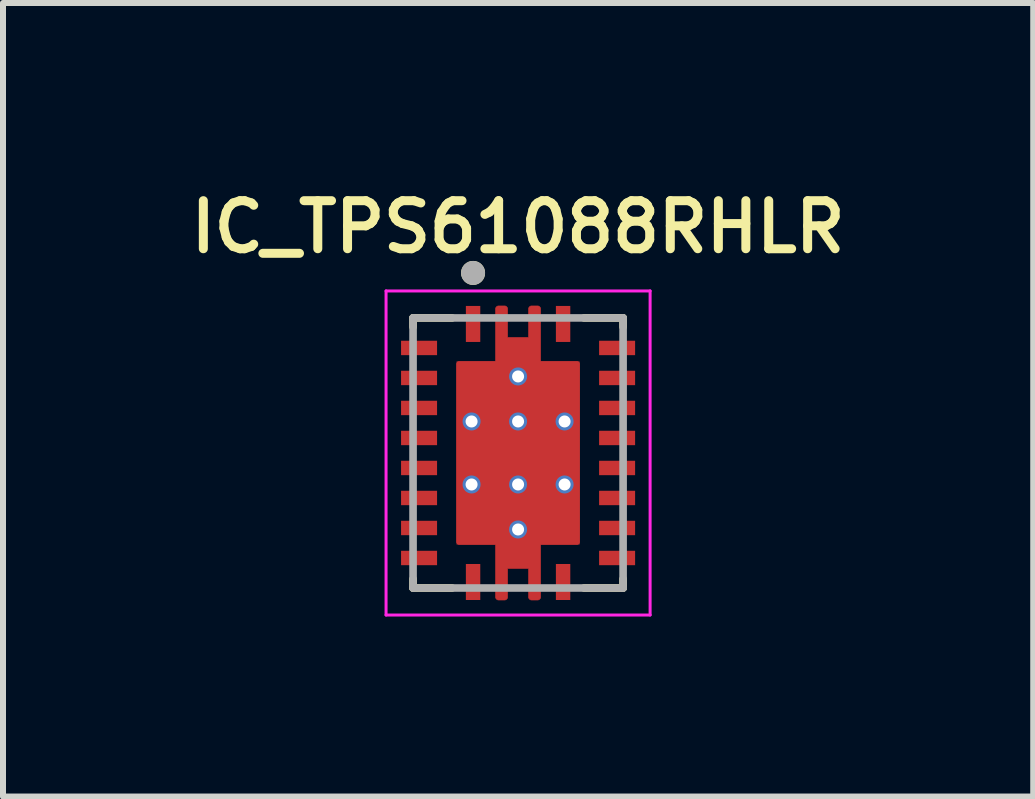
<source format=kicad_pcb>
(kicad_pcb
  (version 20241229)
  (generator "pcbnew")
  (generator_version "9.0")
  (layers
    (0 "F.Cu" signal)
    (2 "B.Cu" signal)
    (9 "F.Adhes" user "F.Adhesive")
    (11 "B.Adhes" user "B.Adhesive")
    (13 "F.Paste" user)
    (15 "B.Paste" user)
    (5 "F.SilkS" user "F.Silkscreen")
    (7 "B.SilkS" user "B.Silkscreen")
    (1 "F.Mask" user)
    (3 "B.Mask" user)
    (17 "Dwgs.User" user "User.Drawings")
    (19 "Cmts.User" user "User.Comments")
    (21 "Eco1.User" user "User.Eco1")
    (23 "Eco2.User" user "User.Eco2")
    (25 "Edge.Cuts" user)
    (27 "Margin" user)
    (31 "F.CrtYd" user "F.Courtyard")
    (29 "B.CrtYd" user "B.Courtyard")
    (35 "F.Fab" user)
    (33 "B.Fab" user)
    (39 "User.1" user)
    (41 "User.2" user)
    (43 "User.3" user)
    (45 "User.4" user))
  (footprint "IC_TPS61088RHLR"
    (layer "F.Cu")
    (at 5.583 4.498)
    (property "Reference" "IC_TPS61088RHLR" (at 0 -3.766 0) (layer "F.SilkS") (effects (font (size 0.801 0.801) (thickness 0.15))))
    (attr through_hole)
    (fp_poly (pts (xy -0.375 -1.525) (xy -0.375 -2.4) (xy -0.375 -2.403) (xy -0.375 -2.405) (xy -0.374 -2.408) (xy -0.374 -2.41) (xy -0.373 -2.413) (xy -0.373 -2.415) (xy -0.372 -2.418) (xy -0.371 -2.42) (xy -0.37 -2.423) (xy -0.368 -2.425) (xy -0.367 -2.427) (xy -0.365 -2.429) (xy -0.364 -2.431) (xy -0.362 -2.433) (xy -0.36 -2.435) (xy -0.358 -2.437) (xy -0.356 -2.439) (xy -0.354 -2.44) (xy -0.352 -2.442) (xy -0.35 -2.443) (xy -0.348 -2.445) (xy -0.345 -2.446) (xy -0.343 -2.447) (xy -0.34 -2.448) (xy -0.338 -2.448) (xy -0.335 -2.449) (xy -0.333 -2.449) (xy -0.33 -2.45) (xy -0.328 -2.45) (xy -0.325 -2.45) (xy -0.225 -2.45) (xy -0.222 -2.45) (xy -0.22 -2.45) (xy -0.217 -2.449) (xy -0.215 -2.449) (xy -0.212 -2.448) (xy -0.21 -2.448) (xy -0.207 -2.447) (xy -0.205 -2.446) (xy -0.202 -2.445) (xy -0.2 -2.443) (xy -0.198 -2.442) (xy -0.196 -2.44) (xy -0.194 -2.439) (xy -0.192 -2.437) (xy -0.19 -2.435) (xy -0.188 -2.433) (xy -0.186 -2.431) (xy -0.185 -2.429) (xy -0.183 -2.427) (xy -0.182 -2.425) (xy -0.18 -2.423) (xy -0.179 -2.42) (xy -0.178 -2.418) (xy -0.177 -2.415) (xy -0.177 -2.413) (xy -0.176 -2.41) (xy -0.176 -2.408) (xy -0.175 -2.405) (xy -0.175 -2.403) (xy -0.175 -2.4) (xy -0.175 -1.925) (xy 0.175 -1.925) (xy 0.175 -2.4) (xy 0.175 -2.403) (xy 0.175 -2.405) (xy 0.176 -2.408) (xy 0.176 -2.41) (xy 0.177 -2.413) (xy 0.177 -2.415) (xy 0.178 -2.418) (xy 0.179 -2.42) (xy 0.18 -2.423) (xy 0.182 -2.425) (xy 0.183 -2.427) (xy 0.185 -2.429) (xy 0.186 -2.431) (xy 0.188 -2.433) (xy 0.19 -2.435) (xy 0.192 -2.437) (xy 0.194 -2.439) (xy 0.196 -2.44) (xy 0.198 -2.442) (xy 0.2 -2.443) (xy 0.202 -2.445) (xy 0.205 -2.446) (xy 0.207 -2.447) (xy 0.21 -2.448) (xy 0.212 -2.448) (xy 0.215 -2.449) (xy 0.217 -2.449) (xy 0.22 -2.45) (xy 0.222 -2.45) (xy 0.225 -2.45) (xy 0.325 -2.45) (xy 0.328 -2.45) (xy 0.33 -2.45) (xy 0.333 -2.449) (xy 0.335 -2.449) (xy 0.338 -2.448) (xy 0.34 -2.448) (xy 0.343 -2.447) (xy 0.345 -2.446) (xy 0.348 -2.445) (xy 0.35 -2.443) (xy 0.352 -2.442) (xy 0.354 -2.44) (xy 0.356 -2.439) (xy 0.358 -2.437) (xy 0.36 -2.435) (xy 0.362 -2.433) (xy 0.364 -2.431) (xy 0.365 -2.429) (xy 0.367 -2.427) (xy 0.368 -2.425) (xy 0.37 -2.423) (xy 0.371 -2.42) (xy 0.372 -2.418) (xy 0.373 -2.415) (xy 0.373 -2.413) (xy 0.374 -2.41) (xy 0.374 -2.408) (xy 0.375 -2.405) (xy 0.375 -2.403) (xy 0.375 -2.4) (xy 0.375 -1.525) (xy 0.975 -1.525) (xy 0.978 -1.525) (xy 0.98 -1.525) (xy 0.983 -1.524) (xy 0.985 -1.524) (xy 0.988 -1.523) (xy 0.99 -1.523) (xy 0.993 -1.522) (xy 0.995 -1.521) (xy 0.998 -1.52) (xy 1 -1.518) (xy 1.002 -1.517) (xy 1.004 -1.515) (xy 1.006 -1.514) (xy 1.008 -1.512) (xy 1.01 -1.51) (xy 1.012 -1.508) (xy 1.014 -1.506) (xy 1.015 -1.504) (xy 1.017 -1.502) (xy 1.018 -1.5) (xy 1.02 -1.498) (xy 1.021 -1.495) (xy 1.022 -1.493) (xy 1.023 -1.49) (xy 1.023 -1.488) (xy 1.024 -1.485) (xy 1.024 -1.483) (xy 1.025 -1.48) (xy 1.025 -1.478) (xy 1.025 -1.475) (xy 1.025 1.475) (xy 1.025 1.478) (xy 1.025 1.48) (xy 1.024 1.483) (xy 1.024 1.485) (xy 1.023 1.488) (xy 1.023 1.49) (xy 1.022 1.493) (xy 1.021 1.495) (xy 1.02 1.498) (xy 1.018 1.5) (xy 1.017 1.502) (xy 1.015 1.504) (xy 1.014 1.506) (xy 1.012 1.508) (xy 1.01 1.51) (xy 1.008 1.512) (xy 1.006 1.514) (xy 1.004 1.515) (xy 1.002 1.517) (xy 1 1.518) (xy 0.998 1.52) (xy 0.995 1.521) (xy 0.993 1.522) (xy 0.99 1.523) (xy 0.988 1.523) (xy 0.985 1.524) (xy 0.983 1.524) (xy 0.98 1.525) (xy 0.978 1.525) (xy 0.975 1.525) (xy 0.375 1.525) (xy 0.375 2.4) (xy 0.375 2.403) (xy 0.375 2.405) (xy 0.374 2.408) (xy 0.374 2.41) (xy 0.373 2.413) (xy 0.373 2.415) (xy 0.372 2.418) (xy 0.371 2.42) (xy 0.37 2.423) (xy 0.368 2.425) (xy 0.367 2.427) (xy 0.365 2.429) (xy 0.364 2.431) (xy 0.362 2.433) (xy 0.36 2.435) (xy 0.358 2.437) (xy 0.356 2.439) (xy 0.354 2.44) (xy 0.352 2.442) (xy 0.35 2.443) (xy 0.348 2.445) (xy 0.345 2.446) (xy 0.343 2.447) (xy 0.34 2.448) (xy 0.338 2.448) (xy 0.335 2.449) (xy 0.333 2.449) (xy 0.33 2.45) (xy 0.328 2.45) (xy 0.325 2.45) (xy 0.225 2.45) (xy 0.222 2.45) (xy 0.22 2.45) (xy 0.217 2.449) (xy 0.215 2.449) (xy 0.212 2.448) (xy 0.21 2.448) (xy 0.207 2.447) (xy 0.205 2.446) (xy 0.202 2.445) (xy 0.2 2.443) (xy 0.198 2.442) (xy 0.196 2.44) (xy 0.194 2.439) (xy 0.192 2.437) (xy 0.19 2.435) (xy 0.188 2.433) (xy 0.186 2.431) (xy 0.185 2.429) (xy 0.183 2.427) (xy 0.182 2.425) (xy 0.18 2.423) (xy 0.179 2.42) (xy 0.178 2.418) (xy 0.177 2.415) (xy 0.177 2.413) (xy 0.176 2.41) (xy 0.176 2.408) (xy 0.175 2.405) (xy 0.175 2.403) (xy 0.175 2.4) (xy 0.175 1.925) (xy -0.175 1.925) (xy -0.175 2.4) (xy -0.175 2.403) (xy -0.175 2.405) (xy -0.176 2.408) (xy -0.176 2.41) (xy -0.177 2.413) (xy -0.177 2.415) (xy -0.178 2.418) (xy -0.179 2.42) (xy -0.18 2.423) (xy -0.182 2.425) (xy -0.183 2.427) (xy -0.185 2.429) (xy -0.186 2.431) (xy -0.188 2.433) (xy -0.19 2.435) (xy -0.192 2.437) (xy -0.194 2.439) (xy -0.196 2.44) (xy -0.198 2.442) (xy -0.2 2.443) (xy -0.202 2.445) (xy -0.205 2.446) (xy -0.207 2.447) (xy -0.21 2.448) (xy -0.212 2.448) (xy -0.215 2.449) (xy -0.217 2.449) (xy -0.22 2.45) (xy -0.222 2.45) (xy -0.225 2.45) (xy -0.325 2.45) (xy -0.328 2.45) (xy -0.33 2.45) (xy -0.333 2.449) (xy -0.335 2.449) (xy -0.338 2.448) (xy -0.34 2.448) (xy -0.343 2.447) (xy -0.345 2.446) (xy -0.348 2.445) (xy -0.35 2.443) (xy -0.352 2.442) (xy -0.354 2.44) (xy -0.356 2.439) (xy -0.358 2.437) (xy -0.36 2.435) (xy -0.362 2.433) (xy -0.364 2.431) (xy -0.365 2.429) (xy -0.367 2.427) (xy -0.368 2.425) (xy -0.37 2.423) (xy -0.371 2.42) (xy -0.372 2.418) (xy -0.373 2.415) (xy -0.373 2.413) (xy -0.374 2.41) (xy -0.374 2.408) (xy -0.375 2.405) (xy -0.375 2.403) (xy -0.375 2.4) (xy -0.375 1.525) (xy -0.975 1.525) (xy -0.978 1.525) (xy -0.98 1.525) (xy -0.983 1.524) (xy -0.985 1.524) (xy -0.988 1.523) (xy -0.99 1.523) (xy -0.993 1.522) (xy -0.995 1.521) (xy -0.998 1.52) (xy -1 1.518) (xy -1.002 1.517) (xy -1.004 1.515) (xy -1.006 1.514) (xy -1.008 1.512) (xy -1.01 1.51) (xy -1.012 1.508) (xy -1.014 1.506) (xy -1.015 1.504) (xy -1.017 1.502) (xy -1.018 1.5) (xy -1.02 1.498) (xy -1.021 1.495) (xy -1.022 1.493) (xy -1.023 1.49) (xy -1.023 1.488) (xy -1.024 1.485) (xy -1.024 1.483) (xy -1.025 1.48) (xy -1.025 1.478) (xy -1.025 1.475) (xy -1.025 -1.475) (xy -1.025 -1.478) (xy -1.025 -1.48) (xy -1.024 -1.483) (xy -1.024 -1.485) (xy -1.023 -1.488) (xy -1.023 -1.49) (xy -1.022 -1.493) (xy -1.021 -1.495) (xy -1.02 -1.498) (xy -1.018 -1.5) (xy -1.017 -1.502) (xy -1.015 -1.504) (xy -1.014 -1.506) (xy -1.012 -1.508) (xy -1.01 -1.51) (xy -1.008 -1.512) (xy -1.006 -1.514) (xy -1.004 -1.515) (xy -1.002 -1.517) (xy -1 -1.518) (xy -0.998 -1.52) (xy -0.995 -1.521) (xy -0.993 -1.522) (xy -0.99 -1.523) (xy -0.988 -1.523) (xy -0.985 -1.524) (xy -0.983 -1.524) (xy -0.98 -1.525) (xy -0.978 -1.525) (xy -0.975 -1.525) (xy -0.375 -1.525)) (stroke (width 0.01) (type solid)) (fill yes) (layer "F.Cu"))
    (fp_poly (pts (xy -0.477 -1.627) (xy -0.477 -2.4) (xy -0.477 -2.408) (xy -0.476 -2.416) (xy -0.475 -2.424) (xy -0.474 -2.432) (xy -0.472 -2.439) (xy -0.47 -2.447) (xy -0.467 -2.454) (xy -0.464 -2.462) (xy -0.46 -2.469) (xy -0.457 -2.476) (xy -0.452 -2.483) (xy -0.448 -2.489) (xy -0.443 -2.496) (xy -0.438 -2.502) (xy -0.432 -2.507) (xy -0.427 -2.513) (xy -0.421 -2.518) (xy -0.414 -2.523) (xy -0.408 -2.527) (xy -0.401 -2.532) (xy -0.394 -2.535) (xy -0.387 -2.539) (xy -0.379 -2.542) (xy -0.372 -2.545) (xy -0.364 -2.547) (xy -0.357 -2.549) (xy -0.349 -2.55) (xy -0.341 -2.551) (xy -0.333 -2.552) (xy -0.325 -2.552) (xy -0.225 -2.552) (xy -0.217 -2.552) (xy -0.209 -2.551) (xy -0.201 -2.55) (xy -0.193 -2.549) (xy -0.186 -2.547) (xy -0.178 -2.545) (xy -0.171 -2.542) (xy -0.163 -2.539) (xy -0.156 -2.535) (xy -0.149 -2.532) (xy -0.142 -2.527) (xy -0.136 -2.523) (xy -0.129 -2.518) (xy -0.123 -2.513) (xy -0.118 -2.507) (xy -0.112 -2.502) (xy -0.107 -2.496) (xy -0.102 -2.489) (xy -0.098 -2.483) (xy -0.093 -2.476) (xy -0.09 -2.469) (xy -0.086 -2.462) (xy -0.083 -2.454) (xy -0.08 -2.447) (xy -0.078 -2.439) (xy -0.076 -2.432) (xy -0.075 -2.424) (xy -0.074 -2.416) (xy -0.073 -2.408) (xy -0.073 -2.4) (xy -0.073 -2.027) (xy 0.072 -2.027) (xy 0.073 -2.027) (xy 0.073 -2.402) (xy 0.073 -2.41) (xy 0.074 -2.418) (xy 0.075 -2.425) (xy 0.076 -2.433) (xy 0.078 -2.441) (xy 0.08 -2.448) (xy 0.083 -2.456) (xy 0.086 -2.463) (xy 0.089 -2.47) (xy 0.093 -2.477) (xy 0.097 -2.484) (xy 0.102 -2.49) (xy 0.106 -2.496) (xy 0.112 -2.502) (xy 0.117 -2.508) (xy 0.123 -2.513) (xy 0.129 -2.519) (xy 0.135 -2.523) (xy 0.141 -2.528) (xy 0.148 -2.532) (xy 0.155 -2.536) (xy 0.162 -2.539) (xy 0.169 -2.542) (xy 0.177 -2.545) (xy 0.184 -2.547) (xy 0.192 -2.549) (xy 0.2 -2.55) (xy 0.207 -2.551) (xy 0.215 -2.552) (xy 0.223 -2.552) (xy 0.326 -2.552) (xy 0.334 -2.552) (xy 0.342 -2.551) (xy 0.35 -2.55) (xy 0.357 -2.549) (xy 0.365 -2.547) (xy 0.373 -2.545) (xy 0.38 -2.542) (xy 0.387 -2.539) (xy 0.395 -2.536) (xy 0.402 -2.532) (xy 0.408 -2.528) (xy 0.415 -2.523) (xy 0.421 -2.518) (xy 0.427 -2.513) (xy 0.433 -2.508) (xy 0.438 -2.502) (xy 0.443 -2.496) (xy 0.448 -2.49) (xy 0.453 -2.483) (xy 0.457 -2.477) (xy 0.461 -2.47) (xy 0.464 -2.462) (xy 0.467 -2.455) (xy 0.47 -2.448) (xy 0.472 -2.44) (xy 0.474 -2.432) (xy 0.475 -2.425) (xy 0.476 -2.417) (xy 0.477 -2.409) (xy 0.477 -2.401) (xy 0.477 -1.627) (xy 0.975 -1.627) (xy 0.983 -1.627) (xy 0.991 -1.626) (xy 0.999 -1.625) (xy 1.007 -1.624) (xy 1.014 -1.622) (xy 1.022 -1.62) (xy 1.029 -1.617) (xy 1.037 -1.614) (xy 1.044 -1.61) (xy 1.051 -1.607) (xy 1.058 -1.602) (xy 1.064 -1.598) (xy 1.071 -1.593) (xy 1.077 -1.588) (xy 1.082 -1.582) (xy 1.088 -1.577) (xy 1.093 -1.571) (xy 1.098 -1.564) (xy 1.102 -1.558) (xy 1.107 -1.551) (xy 1.11 -1.544) (xy 1.114 -1.537) (xy 1.117 -1.529) (xy 1.12 -1.522) (xy 1.122 -1.514) (xy 1.124 -1.507) (xy 1.125 -1.499) (xy 1.126 -1.491) (xy 1.127 -1.483) (xy 1.127 -1.475) (xy 1.127 1.476) (xy 1.127 1.484) (xy 1.126 1.492) (xy 1.125 1.499) (xy 1.124 1.507) (xy 1.122 1.515) (xy 1.12 1.522) (xy 1.117 1.53) (xy 1.114 1.537) (xy 1.111 1.544) (xy 1.107 1.551) (xy 1.103 1.558) (xy 1.098 1.564) (xy 1.094 1.57) (xy 1.088 1.576) (xy 1.083 1.582) (xy 1.077 1.587) (xy 1.071 1.593) (xy 1.065 1.597) (xy 1.059 1.602) (xy 1.052 1.606) (xy 1.045 1.61) (xy 1.038 1.613) (xy 1.031 1.616) (xy 1.023 1.619) (xy 1.016 1.621) (xy 1.008 1.623) (xy 1 1.624) (xy 0.993 1.625) (xy 0.985 1.626) (xy 0.977 1.626) (xy 0.478 1.626) (xy 0.478 1.626) (xy 0.478 1.626) (xy 0.478 1.626) (xy 0.478 1.626) (xy 0.478 1.626) (xy 0.478 1.626) (xy 0.478 1.626) (xy 0.478 1.626) (xy 0.478 1.626) (xy 0.477 1.626) (xy 0.477 1.626) (xy 0.477 1.626) (xy 0.477 1.626) (xy 0.477 1.626) (xy 0.477 1.626) (xy 0.477 1.626) (xy 0.477 1.626) (xy 0.477 1.626) (xy 0.477 1.626) (xy 0.477 1.627) (xy 0.477 1.627) (xy 0.477 1.627) (xy 0.477 1.627) (xy 0.477 1.627) (xy 0.477 1.627) (xy 0.477 1.627) (xy 0.477 1.627) (xy 0.477 1.627) (xy 0.477 1.627) (xy 0.477 1.627) (xy 0.477 2.401) (xy 0.477 2.409) (xy 0.476 2.417) (xy 0.475 2.424) (xy 0.474 2.432) (xy 0.472 2.44) (xy 0.47 2.447) (xy 0.467 2.455) (xy 0.464 2.462) (xy 0.461 2.469) (xy 0.457 2.476) (xy 0.453 2.483) (xy 0.448 2.489) (xy 0.444 2.495) (xy 0.438 2.501) (xy 0.433 2.507) (xy 0.427 2.512) (xy 0.421 2.518) (xy 0.415 2.522) (xy 0.409 2.527) (xy 0.402 2.531) (xy 0.395 2.535) (xy 0.388 2.538) (xy 0.381 2.541) (xy 0.373 2.544) (xy 0.366 2.546) (xy 0.358 2.548) (xy 0.35 2.549) (xy 0.343 2.55) (xy 0.335 2.551) (xy 0.327 2.551) (xy 0.222 2.551) (xy 0.214 2.551) (xy 0.206 2.55) (xy 0.199 2.549) (xy 0.191 2.548) (xy 0.183 2.546) (xy 0.176 2.544) (xy 0.169 2.541) (xy 0.161 2.538) (xy 0.154 2.535) (xy 0.147 2.531) (xy 0.141 2.527) (xy 0.134 2.523) (xy 0.128 2.518) (xy 0.122 2.513) (xy 0.117 2.507) (xy 0.111 2.502) (xy 0.106 2.496) (xy 0.101 2.49) (xy 0.097 2.483) (xy 0.093 2.477) (xy 0.089 2.47) (xy 0.086 2.463) (xy 0.083 2.455) (xy 0.08 2.448) (xy 0.078 2.441) (xy 0.076 2.433) (xy 0.075 2.425) (xy 0.074 2.418) (xy 0.073 2.41) (xy 0.073 2.402) (xy 0.073 2.027) (xy -0.072 2.027) (xy -0.072 2.027) (xy -0.072 2.027) (xy -0.072 2.027) (xy -0.072 2.027) (xy -0.072 2.027) (xy -0.072 2.027) (xy -0.072 2.027) (xy -0.072 2.027) (xy -0.072 2.027) (xy -0.072 2.027) (xy -0.073 2.027) (xy -0.073 2.027) (xy -0.073 2.027) (xy -0.073 2.027) (xy -0.073 2.027) (xy -0.073 2.027) (xy -0.073 2.027) (xy -0.073 2.027) (xy -0.073 2.027) (xy -0.073 2.027) (xy -0.073 2.028) (xy -0.073 2.028) (xy -0.073 2.028) (xy -0.073 2.028) (xy -0.073 2.028) (xy -0.073 2.028) (xy -0.073 2.028) (xy -0.073 2.028) (xy -0.073 2.028) (xy -0.073 2.028) (xy -0.073 2.401) (xy -0.073 2.409) (xy -0.074 2.417) (xy -0.075 2.424) (xy -0.076 2.432) (xy -0.078 2.44) (xy -0.08 2.447) (xy -0.083 2.455) (xy -0.086 2.462) (xy -0.089 2.469) (xy -0.093 2.476) (xy -0.097 2.483) (xy -0.102 2.489) (xy -0.106 2.495) (xy -0.112 2.501) (xy -0.117 2.507) (xy -0.123 2.512) (xy -0.129 2.518) (xy -0.135 2.522) (xy -0.141 2.527) (xy -0.148 2.531) (xy -0.155 2.535) (xy -0.162 2.538) (xy -0.169 2.541) (xy -0.177 2.544) (xy -0.184 2.546) (xy -0.192 2.548) (xy -0.2 2.549) (xy -0.207 2.55) (xy -0.215 2.551) (xy -0.223 2.551) (xy -0.329 2.551) (xy -0.337 2.551) (xy -0.344 2.55) (xy -0.352 2.549) (xy -0.36 2.548) (xy -0.367 2.546) (xy -0.375 2.544) (xy -0.382 2.541) (xy -0.389 2.538) (xy -0.396 2.535) (xy -0.403 2.531) (xy -0.41 2.527) (xy -0.416 2.523) (xy -0.422 2.518) (xy -0.428 2.513) (xy -0.434 2.508) (xy -0.439 2.502) (xy -0.444 2.496) (xy -0.449 2.49) (xy -0.453 2.484) (xy -0.457 2.477) (xy -0.461 2.47) (xy -0.464 2.463) (xy -0.467 2.456) (xy -0.47 2.449) (xy -0.472 2.441) (xy -0.474 2.434) (xy -0.475 2.426) (xy -0.476 2.418) (xy -0.477 2.411) (xy -0.477 2.403) (xy -0.477 1.627) (xy -0.975 1.627) (xy -0.983 1.627) (xy -0.991 1.626) (xy -0.999 1.625) (xy -1.007 1.624) (xy -1.014 1.622) (xy -1.022 1.62) (xy -1.029 1.617) (xy -1.037 1.614) (xy -1.044 1.61) (xy -1.051 1.607) (xy -1.058 1.602) (xy -1.064 1.598) (xy -1.071 1.593) (xy -1.077 1.588) (xy -1.082 1.582) (xy -1.088 1.577) (xy -1.093 1.571) (xy -1.098 1.564) (xy -1.102 1.558) (xy -1.107 1.551) (xy -1.11 1.544) (xy -1.114 1.537) (xy -1.117 1.529) (xy -1.12 1.522) (xy -1.122 1.514) (xy -1.124 1.507) (xy -1.125 1.499) (xy -1.126 1.491) (xy -1.127 1.483) (xy -1.127 1.475) (xy -1.127 -1.474) (xy -1.127 -1.482) (xy -1.126 -1.49) (xy -1.125 -1.498) (xy -1.124 -1.506) (xy -1.122 -1.513) (xy -1.12 -1.521) (xy -1.117 -1.528) (xy -1.114 -1.536) (xy -1.11 -1.543) (xy -1.107 -1.55) (xy -1.102 -1.557) (xy -1.098 -1.563) (xy -1.093 -1.57) (xy -1.088 -1.576) (xy -1.082 -1.581) (xy -1.077 -1.587) (xy -1.071 -1.592) (xy -1.064 -1.597) (xy -1.058 -1.601) (xy -1.051 -1.606) (xy -1.044 -1.609) (xy -1.037 -1.613) (xy -1.029 -1.616) (xy -1.022 -1.619) (xy -1.014 -1.621) (xy -1.007 -1.623) (xy -0.999 -1.624) (xy -0.991 -1.625) (xy -0.983 -1.626) (xy -0.975 -1.626) (xy -0.478 -1.626) (xy -0.478 -1.626) (xy -0.478 -1.626) (xy -0.478 -1.626) (xy -0.478 -1.626) (xy -0.478 -1.626) (xy -0.478 -1.626) (xy -0.478 -1.626) (xy -0.478 -1.626) (xy -0.478 -1.626) (xy -0.477 -1.626) (xy -0.477 -1.626) (xy -0.477 -1.626) (xy -0.477 -1.626) (xy -0.477 -1.626) (xy -0.477 -1.626) (xy -0.477 -1.626) (xy -0.477 -1.626) (xy -0.477 -1.626) (xy -0.477 -1.626) (xy -0.477 -1.627) (xy -0.477 -1.627) (xy -0.477 -1.627) (xy -0.477 -1.627) (xy -0.477 -1.627) (xy -0.477 -1.627) (xy -0.477 -1.627) (xy -0.477 -1.627) (xy -0.477 -1.627) (xy -0.477 -1.627) (xy -0.477 -1.627)) (stroke (width 0.01) (type solid)) (fill yes) (layer "F.Mask"))
    (fp_line (start -1.75 -2.25) (end -1.1 -2.25) (stroke (width 0.127) (type solid)) (layer "F.SilkS"))
    (fp_line (start -1.75 -2.1) (end -1.75 -2.25) (stroke (width 0.127) (type solid)) (layer "F.SilkS"))
    (fp_line (start -1.75 2.1) (end -1.75 2.25) (stroke (width 0.127) (type solid)) (layer "F.SilkS"))
    (fp_line (start -1.75 2.25) (end -1.1 2.25) (stroke (width 0.127) (type solid)) (layer "F.SilkS"))
    (fp_line (start 1.1 -2.25) (end 1.75 -2.25) (stroke (width 0.127) (type solid)) (layer "F.SilkS"))
    (fp_line (start 1.1 2.25) (end 1.75 2.25) (stroke (width 0.127) (type solid)) (layer "F.SilkS"))
    (fp_line (start 1.75 -2.25) (end 1.75 -2.1) (stroke (width 0.127) (type solid)) (layer "F.SilkS"))
    (fp_line (start 1.75 2.25) (end 1.75 2.1) (stroke (width 0.127) (type solid)) (layer "F.SilkS"))
    (fp_circle (center -0.75 -3) (end -0.65 -3) (stroke (width 0.2) (type solid)) (fill no) (layer "F.SilkS"))
    (fp_poly (pts (xy -1.02 -0.625) (xy -0.1 -0.625) (xy -0.1 -1.475) (xy -1.02 -1.475)) (stroke (width 0.01) (type solid)) (fill yes) (layer "F.Paste"))
    (fp_poly (pts (xy -1.02 0.425) (xy -0.1 0.425) (xy -0.1 -0.425) (xy -1.02 -0.425)) (stroke (width 0.01) (type solid)) (fill yes) (layer "F.Paste"))
    (fp_poly (pts (xy -1.02 1.475) (xy -0.1 1.475) (xy -0.1 0.625) (xy -1.02 0.625)) (stroke (width 0.01) (type solid)) (fill yes) (layer "F.Paste"))
    (fp_poly (pts (xy 0.1 -0.625) (xy 1.02 -0.625) (xy 1.02 -1.475) (xy 0.1 -1.475)) (stroke (width 0.01) (type solid)) (fill yes) (layer "F.Paste"))
    (fp_poly (pts (xy 0.1 0.425) (xy 1.02 0.425) (xy 1.02 -0.425) (xy 0.1 -0.425)) (stroke (width 0.01) (type solid)) (fill yes) (layer "F.Paste"))
    (fp_poly (pts (xy 0.1 1.475) (xy 1.02 1.475) (xy 1.02 0.625) (xy 0.1 0.625)) (stroke (width 0.01) (type solid)) (fill yes) (layer "F.Paste"))
    (fp_poly (pts (xy -0.375 -1.675) (xy -0.375 -2.4) (xy -0.375 -2.403) (xy -0.375 -2.405) (xy -0.374 -2.408) (xy -0.374 -2.41) (xy -0.373 -2.413) (xy -0.373 -2.415) (xy -0.372 -2.418) (xy -0.371 -2.42) (xy -0.37 -2.423) (xy -0.368 -2.425) (xy -0.367 -2.427) (xy -0.365 -2.429) (xy -0.364 -2.431) (xy -0.362 -2.433) (xy -0.36 -2.435) (xy -0.358 -2.437) (xy -0.356 -2.439) (xy -0.354 -2.44) (xy -0.352 -2.442) (xy -0.35 -2.443) (xy -0.348 -2.445) (xy -0.345 -2.446) (xy -0.343 -2.447) (xy -0.34 -2.448) (xy -0.338 -2.448) (xy -0.335 -2.449) (xy -0.333 -2.449) (xy -0.33 -2.45) (xy -0.328 -2.45) (xy -0.325 -2.45) (xy -0.225 -2.45) (xy -0.222 -2.45) (xy -0.22 -2.45) (xy -0.217 -2.449) (xy -0.215 -2.449) (xy -0.212 -2.448) (xy -0.21 -2.448) (xy -0.207 -2.447) (xy -0.205 -2.446) (xy -0.202 -2.445) (xy -0.2 -2.443) (xy -0.198 -2.442) (xy -0.196 -2.44) (xy -0.194 -2.439) (xy -0.192 -2.437) (xy -0.19 -2.435) (xy -0.188 -2.433) (xy -0.186 -2.431) (xy -0.185 -2.429) (xy -0.183 -2.427) (xy -0.182 -2.425) (xy -0.18 -2.423) (xy -0.179 -2.42) (xy -0.178 -2.418) (xy -0.177 -2.415) (xy -0.177 -2.413) (xy -0.176 -2.41) (xy -0.176 -2.408) (xy -0.175 -2.405) (xy -0.175 -2.403) (xy -0.175 -2.4) (xy -0.175 -1.925) (xy 0.175 -1.925) (xy 0.175 -2.4) (xy 0.175 -2.403) (xy 0.175 -2.405) (xy 0.176 -2.408) (xy 0.176 -2.41) (xy 0.177 -2.413) (xy 0.177 -2.415) (xy 0.178 -2.418) (xy 0.179 -2.42) (xy 0.18 -2.423) (xy 0.182 -2.425) (xy 0.183 -2.427) (xy 0.185 -2.429) (xy 0.186 -2.431) (xy 0.188 -2.433) (xy 0.19 -2.435) (xy 0.192 -2.437) (xy 0.194 -2.439) (xy 0.196 -2.44) (xy 0.198 -2.442) (xy 0.2 -2.443) (xy 0.202 -2.445) (xy 0.205 -2.446) (xy 0.207 -2.447) (xy 0.21 -2.448) (xy 0.212 -2.448) (xy 0.215 -2.449) (xy 0.217 -2.449) (xy 0.22 -2.45) (xy 0.222 -2.45) (xy 0.225 -2.45) (xy 0.325 -2.45) (xy 0.328 -2.45) (xy 0.33 -2.45) (xy 0.333 -2.449) (xy 0.335 -2.449) (xy 0.338 -2.448) (xy 0.34 -2.448) (xy 0.343 -2.447) (xy 0.345 -2.446) (xy 0.348 -2.445) (xy 0.35 -2.443) (xy 0.352 -2.442) (xy 0.354 -2.44) (xy 0.356 -2.439) (xy 0.358 -2.437) (xy 0.36 -2.435) (xy 0.362 -2.433) (xy 0.364 -2.431) (xy 0.365 -2.429) (xy 0.367 -2.427) (xy 0.368 -2.425) (xy 0.37 -2.423) (xy 0.371 -2.42) (xy 0.372 -2.418) (xy 0.373 -2.415) (xy 0.373 -2.413) (xy 0.374 -2.41) (xy 0.374 -2.408) (xy 0.375 -2.405) (xy 0.375 -2.403) (xy 0.375 -2.4) (xy 0.375 -1.675) (xy -0.375 -1.675)) (stroke (width 0.01) (type solid)) (fill yes) (layer "F.Paste"))
    (fp_poly (pts (xy 0.375 1.675) (xy 0.375 2.4) (xy 0.375 2.403) (xy 0.375 2.405) (xy 0.374 2.408) (xy 0.374 2.41) (xy 0.373 2.413) (xy 0.373 2.415) (xy 0.372 2.418) (xy 0.371 2.42) (xy 0.37 2.423) (xy 0.368 2.425) (xy 0.367 2.427) (xy 0.365 2.429) (xy 0.364 2.431) (xy 0.362 2.433) (xy 0.36 2.435) (xy 0.358 2.437) (xy 0.356 2.439) (xy 0.354 2.44) (xy 0.352 2.442) (xy 0.35 2.443) (xy 0.348 2.445) (xy 0.345 2.446) (xy 0.343 2.447) (xy 0.34 2.448) (xy 0.338 2.448) (xy 0.335 2.449) (xy 0.333 2.449) (xy 0.33 2.45) (xy 0.328 2.45) (xy 0.325 2.45) (xy 0.225 2.45) (xy 0.222 2.45) (xy 0.22 2.45) (xy 0.217 2.449) (xy 0.215 2.449) (xy 0.212 2.448) (xy 0.21 2.448) (xy 0.207 2.447) (xy 0.205 2.446) (xy 0.202 2.445) (xy 0.2 2.443) (xy 0.198 2.442) (xy 0.196 2.44) (xy 0.194 2.439) (xy 0.192 2.437) (xy 0.19 2.435) (xy 0.188 2.433) (xy 0.186 2.431) (xy 0.185 2.429) (xy 0.183 2.427) (xy 0.182 2.425) (xy 0.18 2.423) (xy 0.179 2.42) (xy 0.178 2.418) (xy 0.177 2.415) (xy 0.177 2.413) (xy 0.176 2.41) (xy 0.176 2.408) (xy 0.175 2.405) (xy 0.175 2.403) (xy 0.175 2.4) (xy 0.175 1.925) (xy -0.175 1.925) (xy -0.175 2.4) (xy -0.175 2.403) (xy -0.175 2.405) (xy -0.176 2.408) (xy -0.176 2.41) (xy -0.177 2.413) (xy -0.177 2.415) (xy -0.178 2.418) (xy -0.179 2.42) (xy -0.18 2.423) (xy -0.182 2.425) (xy -0.183 2.427) (xy -0.185 2.429) (xy -0.186 2.431) (xy -0.188 2.433) (xy -0.19 2.435) (xy -0.192 2.437) (xy -0.194 2.439) (xy -0.196 2.44) (xy -0.198 2.442) (xy -0.2 2.443) (xy -0.202 2.445) (xy -0.205 2.446) (xy -0.207 2.447) (xy -0.21 2.448) (xy -0.212 2.448) (xy -0.215 2.449) (xy -0.217 2.449) (xy -0.22 2.45) (xy -0.222 2.45) (xy -0.225 2.45) (xy -0.325 2.45) (xy -0.328 2.45) (xy -0.33 2.45) (xy -0.333 2.449) (xy -0.335 2.449) (xy -0.338 2.448) (xy -0.34 2.448) (xy -0.343 2.447) (xy -0.345 2.446) (xy -0.348 2.445) (xy -0.35 2.443) (xy -0.352 2.442) (xy -0.354 2.44) (xy -0.356 2.439) (xy -0.358 2.437) (xy -0.36 2.435) (xy -0.362 2.433) (xy -0.364 2.431) (xy -0.365 2.429) (xy -0.367 2.427) (xy -0.368 2.425) (xy -0.37 2.423) (xy -0.371 2.42) (xy -0.372 2.418) (xy -0.373 2.415) (xy -0.373 2.413) (xy -0.374 2.41) (xy -0.374 2.408) (xy -0.375 2.405) (xy -0.375 2.403) (xy -0.375 2.4) (xy -0.375 1.675) (xy 0.375 1.675)) (stroke (width 0.01) (type solid)) (fill yes) (layer "F.Paste"))
    (fp_line (start -2.2 -2.7) (end -2.2 2.7) (stroke (width 0.05) (type solid)) (layer "F.CrtYd"))
    (fp_line (start -2.2 2.7) (end 2.2 2.7) (stroke (width 0.05) (type solid)) (layer "F.CrtYd"))
    (fp_line (start 2.2 -2.7) (end -2.2 -2.7) (stroke (width 0.05) (type solid)) (layer "F.CrtYd"))
    (fp_line (start 2.2 2.7) (end 2.2 -2.7) (stroke (width 0.05) (type solid)) (layer "F.CrtYd"))
    (fp_line (start -1.75 -2.25) (end 1.75 -2.25) (stroke (width 0.127) (type solid)) (layer "F.Fab"))
    (fp_line (start -1.75 2.25) (end -1.75 -2.25) (stroke (width 0.127) (type solid)) (layer "F.Fab"))
    (fp_line (start 1.75 -2.25) (end 1.75 2.25) (stroke (width 0.127) (type solid)) (layer "F.Fab"))
    (fp_line (start 1.75 2.25) (end -1.75 2.25) (stroke (width 0.127) (type solid)) (layer "F.Fab"))
    (fp_circle (center -0.75 -3) (end -0.65 -3) (stroke (width 0.2) (type solid)) (fill no) (layer "F.Fab"))
    (pad "1" smd rect (at -0.75 -2.15) (size 0.24 0.6) (layers "F.Cu" "F.Mask" "F.Paste"))
    (pad "2" smd rect (at -1.65 -1.75) (size 0.6 0.24) (layers "F.Cu" "F.Mask" "F.Paste"))
    (pad "3" smd rect (at -1.65 -1.25) (size 0.6 0.24) (layers "F.Cu" "F.Mask" "F.Paste"))
    (pad "4" smd rect (at -1.65 -0.75) (size 0.6 0.24) (layers "F.Cu" "F.Mask" "F.Paste"))
    (pad "5" smd rect (at -1.65 -0.25) (size 0.6 0.24) (layers "F.Cu" "F.Mask" "F.Paste"))
    (pad "6" smd rect (at -1.65 0.25) (size 0.6 0.24) (layers "F.Cu" "F.Mask" "F.Paste"))
    (pad "7" smd rect (at -1.65 0.75) (size 0.6 0.24) (layers "F.Cu" "F.Mask" "F.Paste"))
    (pad "8" smd rect (at -1.65 1.25) (size 0.6 0.24) (layers "F.Cu" "F.Mask" "F.Paste"))
    (pad "9" smd rect (at -1.65 1.75) (size 0.6 0.24) (layers "F.Cu" "F.Mask" "F.Paste"))
    (pad "10" smd rect (at -0.75 2.15) (size 0.24 0.6) (layers "F.Cu" "F.Mask" "F.Paste"))
    (pad "11" smd rect (at 0.75 2.15) (size 0.24 0.6) (layers "F.Cu" "F.Mask" "F.Paste"))
    (pad "12" smd rect (at 1.65 1.75) (size 0.6 0.24) (layers "F.Cu" "F.Mask" "F.Paste"))
    (pad "13" smd rect (at 1.65 1.25) (size 0.6 0.24) (layers "F.Cu" "F.Mask" "F.Paste"))
    (pad "14" smd rect (at 1.65 0.75) (size 0.6 0.24) (layers "F.Cu" "F.Mask" "F.Paste"))
    (pad "15" smd rect (at 1.65 0.25) (size 0.6 0.24) (layers "F.Cu" "F.Mask" "F.Paste"))
    (pad "16" smd rect (at 1.65 -0.25) (size 0.6 0.24) (layers "F.Cu" "F.Mask" "F.Paste"))
    (pad "17" smd rect (at 1.65 -0.75) (size 0.6 0.24) (layers "F.Cu" "F.Mask" "F.Paste"))
    (pad "18" smd rect (at 1.65 -1.25) (size 0.6 0.24) (layers "F.Cu" "F.Mask" "F.Paste"))
    (pad "19" smd rect (at 1.65 -1.75) (size 0.6 0.24) (layers "F.Cu" "F.Mask" "F.Paste"))
    (pad "20" smd rect (at 0.75 -2.15) (size 0.24 0.6) (layers "F.Cu" "F.Mask" "F.Paste"))
    (pad "21" smd rect (at 0 0) (size 2.05 3.05) (layers "F.Cu" "F.Mask"))
    (pad "22" thru_hole circle (at 0 -1.275) (size 0.3 0.3) (drill 0.2) (layers "*.Cu" "*.Mask"))
    (pad "23" thru_hole circle (at -0.775 -0.525) (size 0.3 0.3) (drill 0.2) (layers "*.Cu" "*.Mask"))
    (pad "24" thru_hole circle (at 0 -0.525) (size 0.3 0.3) (drill 0.2) (layers "*.Cu" "*.Mask"))
    (pad "25" thru_hole circle (at 0.775 -0.525) (size 0.3 0.3) (drill 0.2) (layers "*.Cu" "*.Mask"))
    (pad "26" thru_hole circle (at -0.775 0.525) (size 0.3 0.3) (drill 0.2) (layers "*.Cu" "*.Mask"))
    (pad "27" thru_hole circle (at 0 0.525) (size 0.3 0.3) (drill 0.2) (layers "*.Cu" "*.Mask"))
    (pad "28" thru_hole circle (at 0.775 0.525) (size 0.3 0.3) (drill 0.2) (layers "*.Cu" "*.Mask"))
    (pad "29" thru_hole circle (at 0 1.275) (size 0.3 0.3) (drill 0.2) (layers "*.Cu" "*.Mask")))
  (gr_rect
    (start -3 -3)
    (end 14.167 10.223)
    (stroke (width 0.1) (type default))
    (fill no)
    (layer "Edge.Cuts")))
</source>
